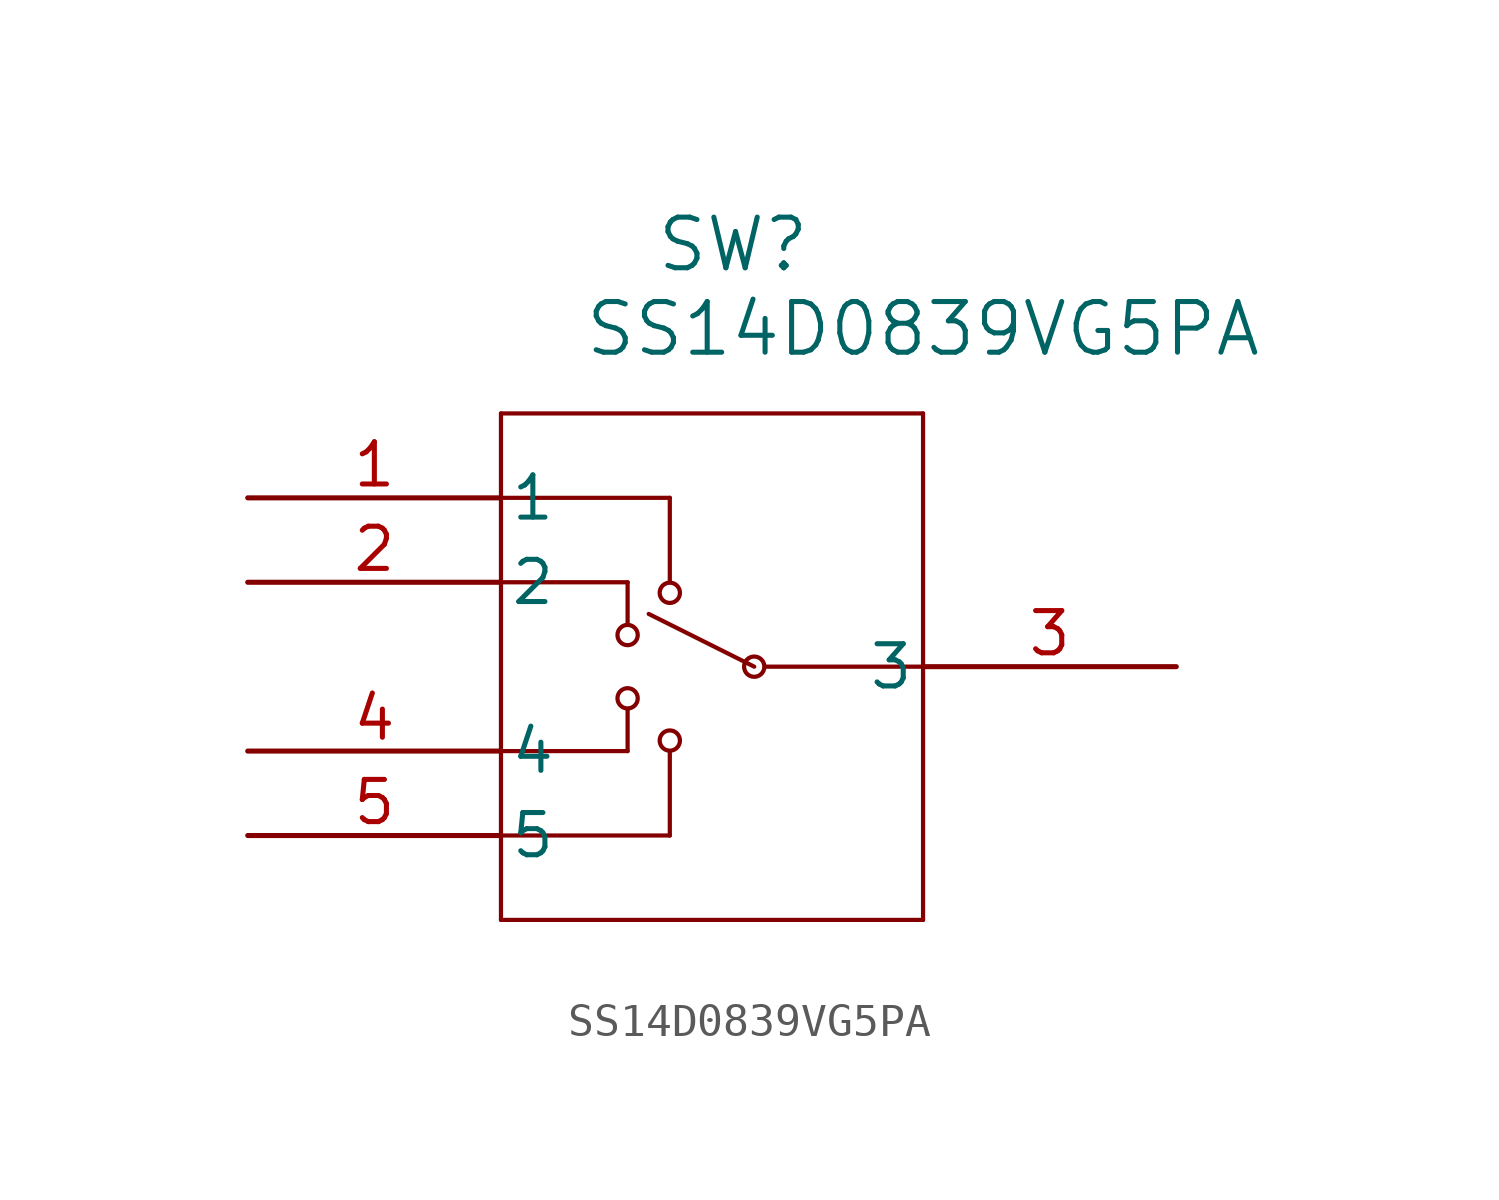
<source format=kicad_sym>
(kicad_symbol_lib
  (version 20211014)
  (generator kicad_symbol_editor)
  (symbol "SS14D0839VG5PA"
    (pin_names
      (offset 0.254))
    (property "Reference" "SW"
      (at 14.605 7.62 0)
      (effects (font (size 1.524 1.524))))
    (property "Value" "SS14D0839VG5PA"
      (at 20.32 5.08 0)
      (effects (font (size 1.524 1.524))))
    (symbol "SS14D0839VG5PA_0_1"
      (polyline (pts (xy 7.62 2.54) (xy 7.62 -12.7)) (stroke (width 0.127) (type default) (color 0 0 0 0)) (fill (type none)))
      (polyline (pts (xy 7.62 -12.7) (xy 20.32 -12.7)) (stroke (width 0.127) (type default) (color 0 0 0 0)) (fill (type none)))
      (polyline (pts (xy 20.32 -12.7) (xy 20.32 2.54)) (stroke (width 0.127) (type default) (color 0 0 0 0)) (fill (type none)))
      (polyline (pts (xy 20.32 2.54) (xy 7.62 2.54)) (stroke (width 0.127) (type default) (color 0 0 0 0)) (fill (type none)))
      (polyline (pts (xy 20.32 -5.08) (xy 15.557 -5.08)) (stroke (width 0.127) (type default) (color 0 0 0 0)) (fill (type none)))
      (polyline (pts (xy 7.62 0) (xy 12.7 0)) (stroke (width 0.127) (type default) (color 0 0 0 0)) (fill (type none)))
      (polyline (pts (xy 12.7 0) (xy 12.7 -2.54)) (stroke (width 0.127) (type default) (color 0 0 0 0)) (fill (type none)))
      (polyline (pts (xy 7.62 -2.54) (xy 11.43 -2.54)) (stroke (width 0.127) (type default) (color 0 0 0 0)) (fill (type none)))
      (polyline (pts (xy 11.43 -2.54) (xy 11.43 -3.81)) (stroke (width 0.127) (type default) (color 0 0 0 0)) (fill (type none)))
      (polyline (pts (xy 7.62 -7.62) (xy 11.43 -7.62)) (stroke (width 0.127) (type default) (color 0 0 0 0)) (fill (type none)))
      (polyline (pts (xy 11.43 -7.62) (xy 11.43 -6.35)) (stroke (width 0.127) (type default) (color 0 0 0 0)) (fill (type none)))
      (polyline (pts (xy 7.62 -10.16) (xy 12.7 -10.16)) (stroke (width 0.127) (type default) (color 0 0 0 0)) (fill (type none)))
      (polyline (pts (xy 12.7 -10.16) (xy 12.7 -7.62)) (stroke (width 0.127) (type default) (color 0 0 0 0)) (fill (type none)))
      (circle (center 12.7 -2.857) (radius 0.305) (stroke (width 0.127) (type default) (color 0 0 0 0)) (fill (type none)))
      (circle (center 11.43 -4.128) (radius 0.305) (stroke (width 0.127) (type default) (color 0 0 0 0)) (fill (type none)))
      (circle (center 11.43 -6.032) (radius 0.305) (stroke (width 0.127) (type default) (color 0 0 0 0)) (fill (type none)))
      (circle (center 12.7 -7.303) (radius 0.305) (stroke (width 0.127) (type default) (color 0 0 0 0)) (fill (type none)))
      (polyline (pts (xy 15.24 -5.08) (xy 12.065 -3.493)) (stroke (width 0.127) (type default) (color 0 0 0 0)) (fill (type none)))
      (circle (center 15.24 -5.08) (radius 0.305) (stroke (width 0.127) (type default) (color 0 0 0 0)) (fill (type none)))
      (pin unspecified line (at 0 0 0) (length 7.62) (name "1" (effects (font (size 1.27 1.27)))) (number "1" (effects (font (size 1.27 1.27)))))
      (pin unspecified line (at 0 -2.54 0) (length 7.62) (name "2" (effects (font (size 1.27 1.27)))) (number "2" (effects (font (size 1.27 1.27)))))
      (pin unspecified line (at 27.94 -5.08 180) (length 7.62) (name "3" (effects (font (size 1.27 1.27)))) (number "3" (effects (font (size 1.27 1.27)))))
      (pin unspecified line (at 0 -7.62 0) (length 7.62) (name "4" (effects (font (size 1.27 1.27)))) (number "4" (effects (font (size 1.27 1.27)))))
      (pin unspecified line (at 0 -10.16 0) (length 7.62) (name "5" (effects (font (size 1.27 1.27)))) (number "5" (effects (font (size 1.27 1.27))))))))
</source>
